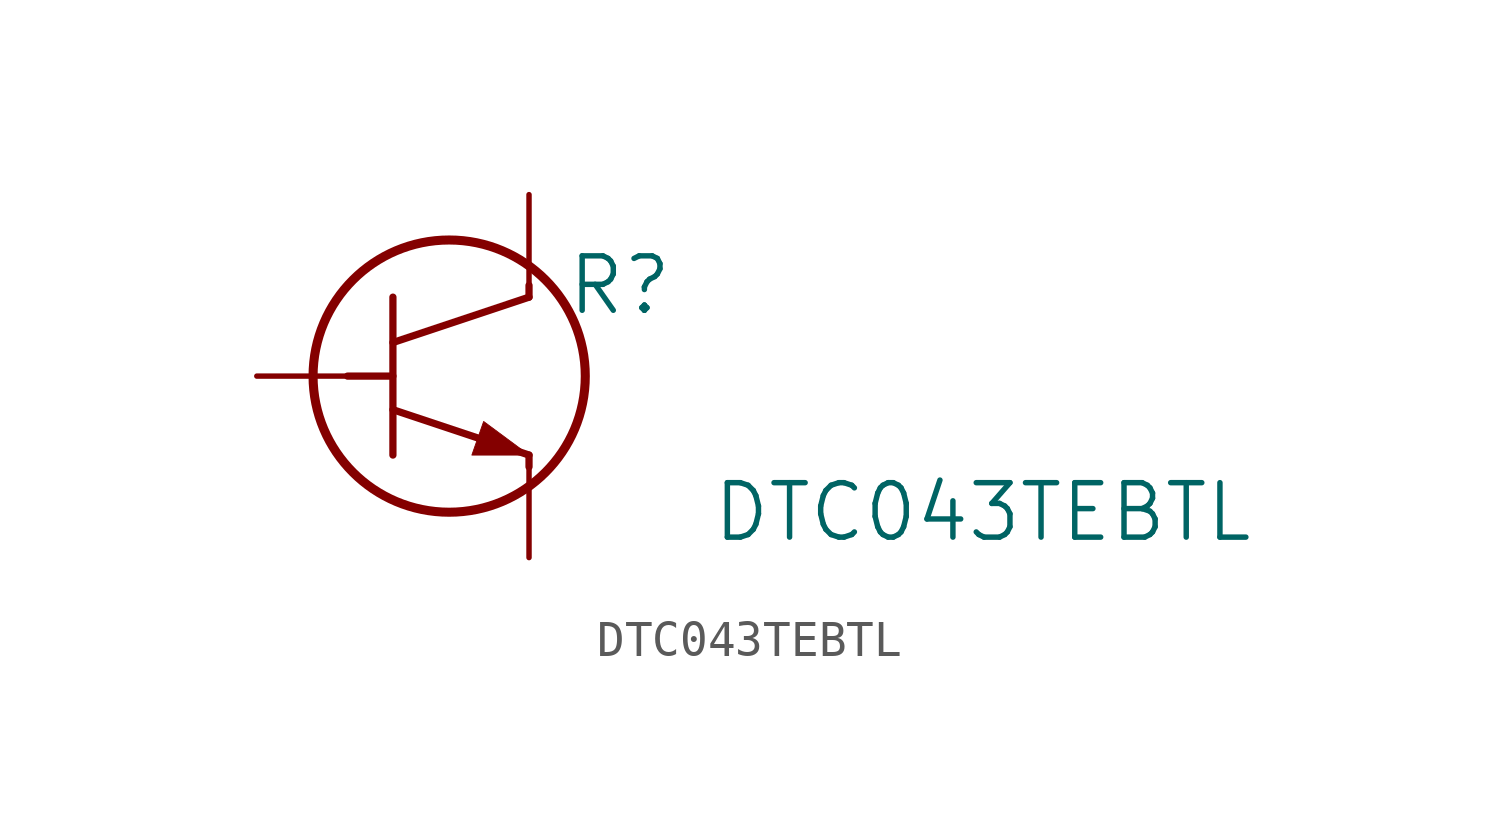
<source format=kicad_sym>
(kicad_symbol_lib
  (version 20211014)
  (generator kicad_symbol_editor)
  (symbol "DTC043TEBTL"
    (pin_numbers hide)
    (pin_names
      (offset 0) hide)
    (property "Reference" "R"
      (at 10.16 2.54 0)
      (effects (font (size 1.524 1.524))))
    (property "Value" "DTC043TEBTL"
      (at 20.32 -3.81 0)
      (effects (font (size 1.524 1.524))))
    (property "Datasheet" ""
      (at 0 0 0)
      (effects (font (size 1.524 1.524))))
    (property "ki_locked" ""
      (at 0 0 0)
      (effects (font (size 1.27 1.27))))
    (symbol "DTC043TEBTL_1_1"
      (polyline (pts (xy 2.54 0) (xy 3.81 0)) (stroke (width 0.203) (type default) (color 0 0 0 0)) (fill (type none)))
      (polyline (pts (xy 3.81 -2.21) (xy 3.81 2.21)) (stroke (width 0.203) (type default) (color 0 0 0 0)) (fill (type none)))
      (polyline (pts (xy 3.81 -0.94) (xy 7.62 -2.21)) (stroke (width 0.203) (type default) (color 0 0 0 0)) (fill (type none)))
      (polyline (pts (xy 3.81 0.94) (xy 7.62 2.21)) (stroke (width 0.203) (type default) (color 0 0 0 0)) (fill (type none)))
      (polyline (pts (xy 7.62 -2.54) (xy 7.62 -2.21)) (stroke (width 0.203) (type default) (color 0 0 0 0)) (fill (type none)))
      (polyline (pts (xy 7.62 2.21) (xy 7.62 2.54)) (stroke (width 0.203) (type default) (color 0 0 0 0)) (fill (type none)))
      (polyline (pts (xy 6.02 -2.21) (xy 6.35 -1.27) (xy 7.62 -2.21) (xy 6.02 -2.21)) (stroke (width 0.025) (type default) (color 0 0 0 0)) (fill (type outline)))
      (circle (center 5.385 0) (radius 3.81) (stroke (width 0.254) (type default) (color 0 0 0 0)) (fill (type none)))
      (pin unspecified line (at 0 0 0) (length 2.54) (name "1" (effects (font (size 1.499 1.499)))) (number "1" (effects (font (size 1.499 1.499)))))
      (pin unspecified line (at 7.62 -5.08 90) (length 2.54) (name "~" (effects (font (size 1.499 1.499)))) (number "2" (effects (font (size 1.499 1.499)))))
      (pin unspecified line (at 7.62 5.08 270) (length 2.54) (name "~" (effects (font (size 1.499 1.499)))) (number "3" (effects (font (size 1.499 1.499))))))))
</source>
